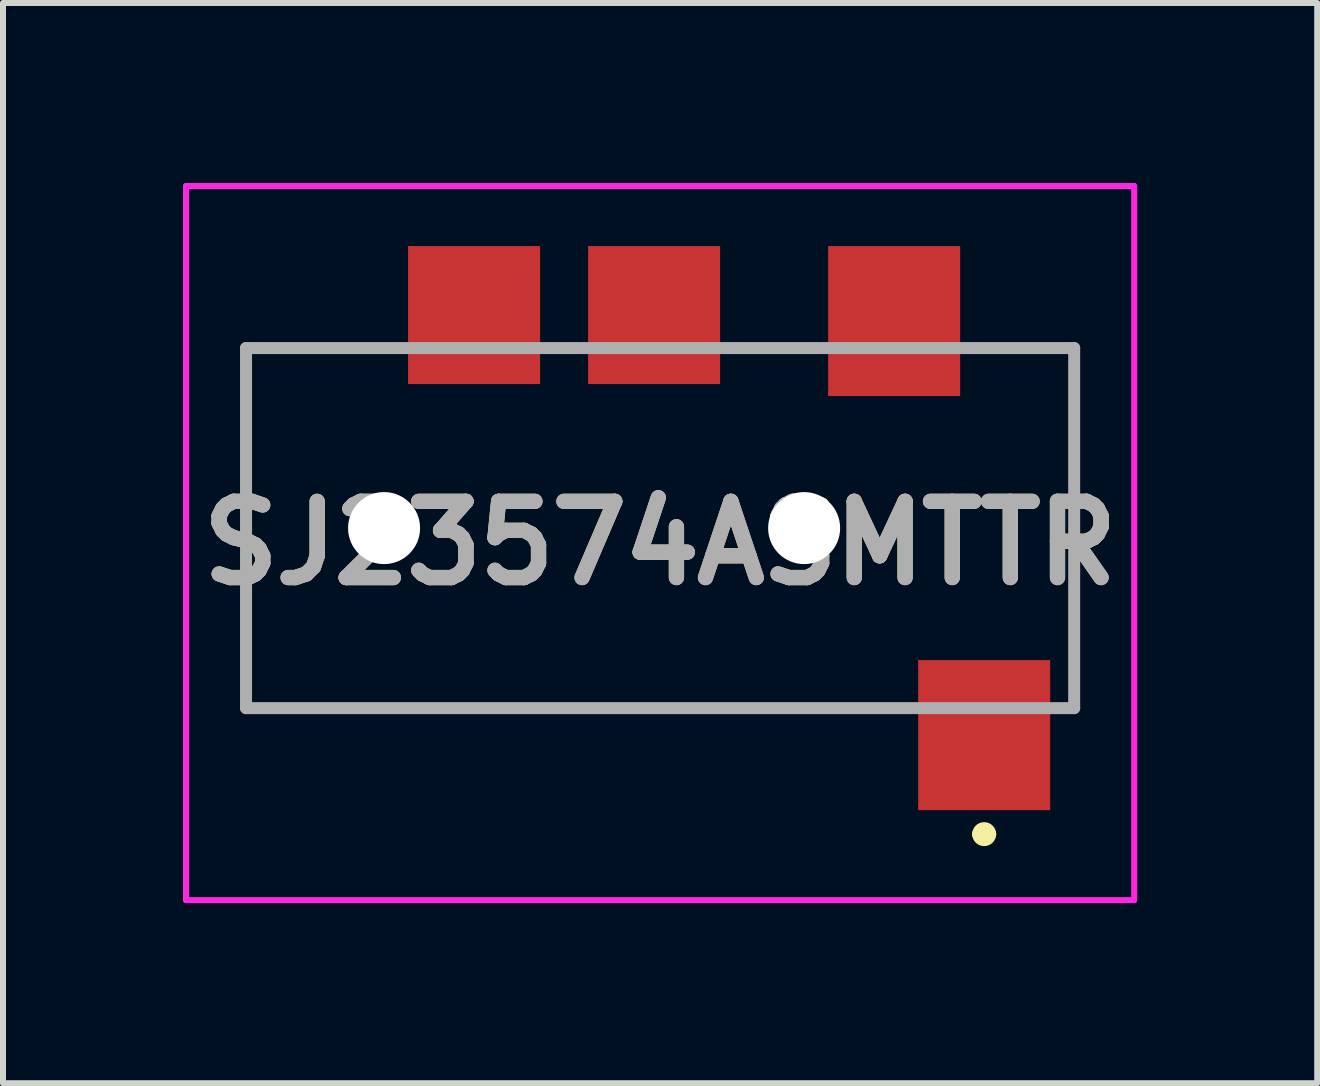
<source format=kicad_pcb>
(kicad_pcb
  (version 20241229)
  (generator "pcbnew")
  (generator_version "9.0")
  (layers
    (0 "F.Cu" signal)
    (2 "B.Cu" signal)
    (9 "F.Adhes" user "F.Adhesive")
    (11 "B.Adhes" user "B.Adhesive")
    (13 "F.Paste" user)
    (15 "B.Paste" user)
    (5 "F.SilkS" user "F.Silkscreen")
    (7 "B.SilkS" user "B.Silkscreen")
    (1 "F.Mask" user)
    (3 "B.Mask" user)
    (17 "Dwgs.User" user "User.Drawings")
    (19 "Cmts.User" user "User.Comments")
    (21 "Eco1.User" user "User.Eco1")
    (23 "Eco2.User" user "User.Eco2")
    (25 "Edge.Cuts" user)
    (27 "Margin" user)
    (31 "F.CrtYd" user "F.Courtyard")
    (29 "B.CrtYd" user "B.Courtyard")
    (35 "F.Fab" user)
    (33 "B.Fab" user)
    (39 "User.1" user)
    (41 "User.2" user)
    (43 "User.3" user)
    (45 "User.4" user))
  (footprint "SJ23574ASMTTR"
    (layer "F.Cu")
    (at 7.95 6)
    (property "Reference" "SJ23574ASMTTR" (at 0 0 0) (layer "F.SilkS") (effects (font (size 1.27 1.27) (thickness 0.254))))
    (attr through_hole)
    (fp_line (start -6.9 -3.25) (end -4.9 -3.25) (stroke (width 0.1) (type solid)) (layer "F.SilkS"))
    (fp_line (start -6.9 2.75) (end -6.9 -3.25) (stroke (width 0.1) (type solid)) (layer "F.SilkS"))
    (fp_line (start 3.26 2.75) (end -6.9 2.75) (stroke (width 0.1) (type solid)) (layer "F.SilkS"))
    (fp_line (start 5.3 4.85) (end 5.3 4.85) (stroke (width 0.2) (type solid)) (layer "F.SilkS"))
    (fp_line (start 5.5 4.85) (end 5.5 4.85) (stroke (width 0.2) (type solid)) (layer "F.SilkS"))
    (fp_line (start 5.8 -3.25) (end 6.9 -3.25) (stroke (width 0.1) (type solid)) (layer "F.SilkS"))
    (fp_line (start 6.9 -3.25) (end 6.9 2.75) (stroke (width 0.1) (type solid)) (layer "F.SilkS"))
    (fp_arc (start 5.3 4.85) (mid 5.4 4.75) (end 5.5 4.85) (stroke (width 0.2) (type solid)) (layer "F.SilkS"))
    (fp_arc (start 5.5 4.85) (mid 5.4 4.95) (end 5.3 4.85) (stroke (width 0.2) (type solid)) (layer "F.SilkS"))
    (fp_line (start -7.9 -5.95) (end 7.9 -5.95) (stroke (width 0.1) (type solid)) (layer "F.CrtYd"))
    (fp_line (start -7.9 5.95) (end -7.9 -5.95) (stroke (width 0.1) (type solid)) (layer "F.CrtYd"))
    (fp_line (start 7.9 -5.95) (end 7.9 5.95) (stroke (width 0.1) (type solid)) (layer "F.CrtYd"))
    (fp_line (start 7.9 5.95) (end -7.9 5.95) (stroke (width 0.1) (type solid)) (layer "F.CrtYd"))
    (fp_line (start -6.9 -3.25) (end 6.9 -3.25) (stroke (width 0.2) (type solid)) (layer "F.Fab"))
    (fp_line (start -6.9 2.75) (end -6.9 -3.25) (stroke (width 0.2) (type solid)) (layer "F.Fab"))
    (fp_line (start 6.9 -3.25) (end 6.9 2.75) (stroke (width 0.2) (type solid)) (layer "F.Fab"))
    (fp_line (start 6.9 2.75) (end -6.9 2.75) (stroke (width 0.2) (type solid)) (layer "F.Fab"))
    (fp_text user "${REFERENCE}" (at 0 0 0) (layer "F.Fab") (effects (font (size 1.27 1.27) (thickness 0.254))))
    (pad "" np_thru_hole circle (at -4.6 -0.25) (size 1.2 1.2) (drill 1.2) (layers "*.Cu" "*.Mask"))
    (pad "" np_thru_hole circle (at 2.4 -0.25) (size 1.2 1.2) (drill 1.2) (layers "*.Cu" "*.Mask"))
    (pad "1" smd rect (at 5.4 3.2) (size 2.2 2.5) (layers "F.Cu" "F.Mask" "F.Paste"))
    (pad "2" smd rect (at 3.9 -3.7) (size 2.2 2.5) (layers "F.Cu" "F.Mask" "F.Paste"))
    (pad "3" smd rect (at -0.1 -3.8) (size 2.2 2.3) (layers "F.Cu" "F.Mask" "F.Paste"))
    (pad "4" smd rect (at -3.1 -3.8) (size 2.2 2.3) (layers "F.Cu" "F.Mask" "F.Paste")))
  (gr_rect
    (start -3 -3)
    (end 18.9 15)
    (stroke (width 0.1) (type default))
    (fill no)
    (layer "Edge.Cuts")))
</source>
